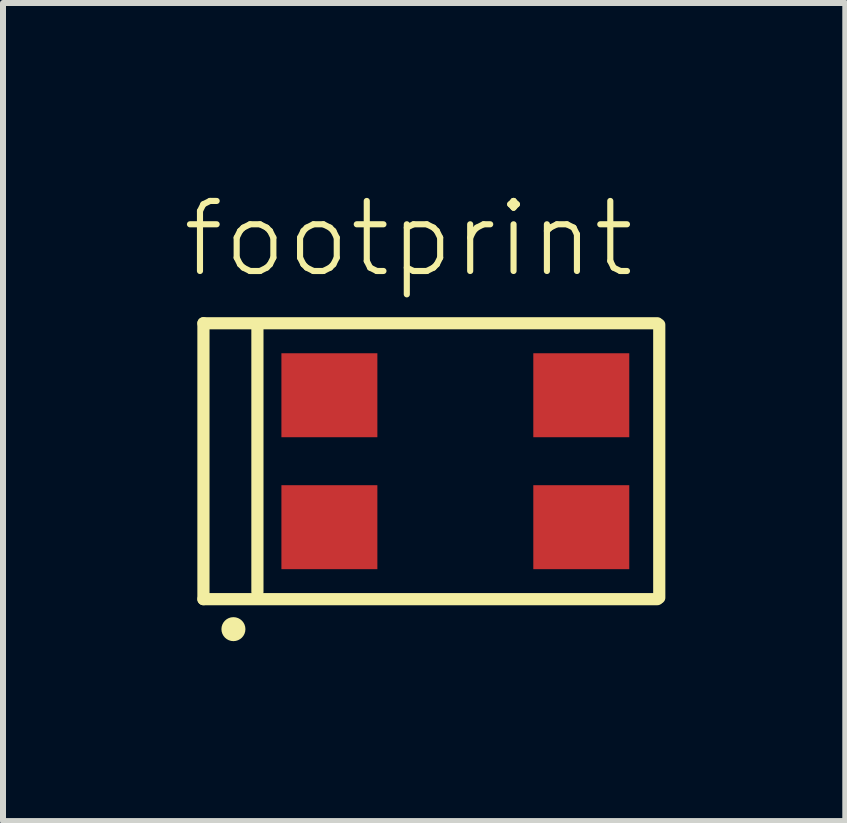
<source format=kicad_pcb>
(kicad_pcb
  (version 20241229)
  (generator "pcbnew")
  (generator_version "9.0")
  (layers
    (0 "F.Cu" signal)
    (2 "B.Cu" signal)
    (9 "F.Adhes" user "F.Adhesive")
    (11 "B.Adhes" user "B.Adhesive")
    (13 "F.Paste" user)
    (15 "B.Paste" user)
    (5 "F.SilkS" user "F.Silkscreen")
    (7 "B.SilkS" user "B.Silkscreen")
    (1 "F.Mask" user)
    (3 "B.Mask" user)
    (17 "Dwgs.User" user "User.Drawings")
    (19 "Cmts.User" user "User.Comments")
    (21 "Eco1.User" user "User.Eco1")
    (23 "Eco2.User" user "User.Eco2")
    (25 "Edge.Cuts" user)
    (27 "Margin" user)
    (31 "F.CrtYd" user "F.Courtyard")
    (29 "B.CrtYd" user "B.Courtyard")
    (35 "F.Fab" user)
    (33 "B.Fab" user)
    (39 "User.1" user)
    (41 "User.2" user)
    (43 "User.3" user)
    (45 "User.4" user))
  (footprint "footprint"
    (layer "F.Cu")
    (at 4.542 4.64)
    (property "Reference" "footprint" (at 3.04 -4.39 0) (layer "F.SilkS") (effects (font (size 1.168 1.168) (thickness 0.102)) (justify right top)))
    (fp_line (start -4.2 -2.3) (end -4.2 2.3) (stroke (width 0.203) (type solid)) (layer "F.SilkS"))
    (fp_line (start -4.2 2.3) (end 3.368 2.3) (stroke (width 0.203) (type solid)) (layer "F.SilkS"))
    (fp_line (start -3.3 -2.276) (end -3.3 2.176) (stroke (width 0.203) (type solid)) (layer "F.SilkS"))
    (fp_line (start 3.368 -2.3) (end -4.2 -2.3) (stroke (width 0.203) (type solid)) (layer "F.SilkS"))
    (fp_line (start 3.4 2.276) (end 3.4 -2.276) (stroke (width 0.203) (type solid)) (layer "F.SilkS"))
    (fp_circle (center -3.7 2.8) (end -3.6 2.8) (stroke (width 0.2) (type solid)) (fill yes) (layer "F.SilkS"))
    (pad "1" smd rect (at -2.1 1.1 90) (size 1.4 1.6) (layers "F.Cu" "F.Mask" "F.Paste"))
    (pad "2" smd rect (at 2.1 1.1 90) (size 1.4 1.6) (layers "F.Cu" "F.Mask" "F.Paste"))
    (pad "3" smd rect (at 2.1 -1.1 270) (size 1.4 1.6) (layers "F.Cu" "F.Mask" "F.Paste"))
    (pad "4" smd rect (at -2.1 -1.1 270) (size 1.4 1.6) (layers "F.Cu" "F.Mask" "F.Paste")))
  (gr_rect
    (start -3 -3)
    (end 11.044 10.64)
    (stroke (width 0.1) (type default))
    (fill no)
    (layer "Edge.Cuts")))
</source>
